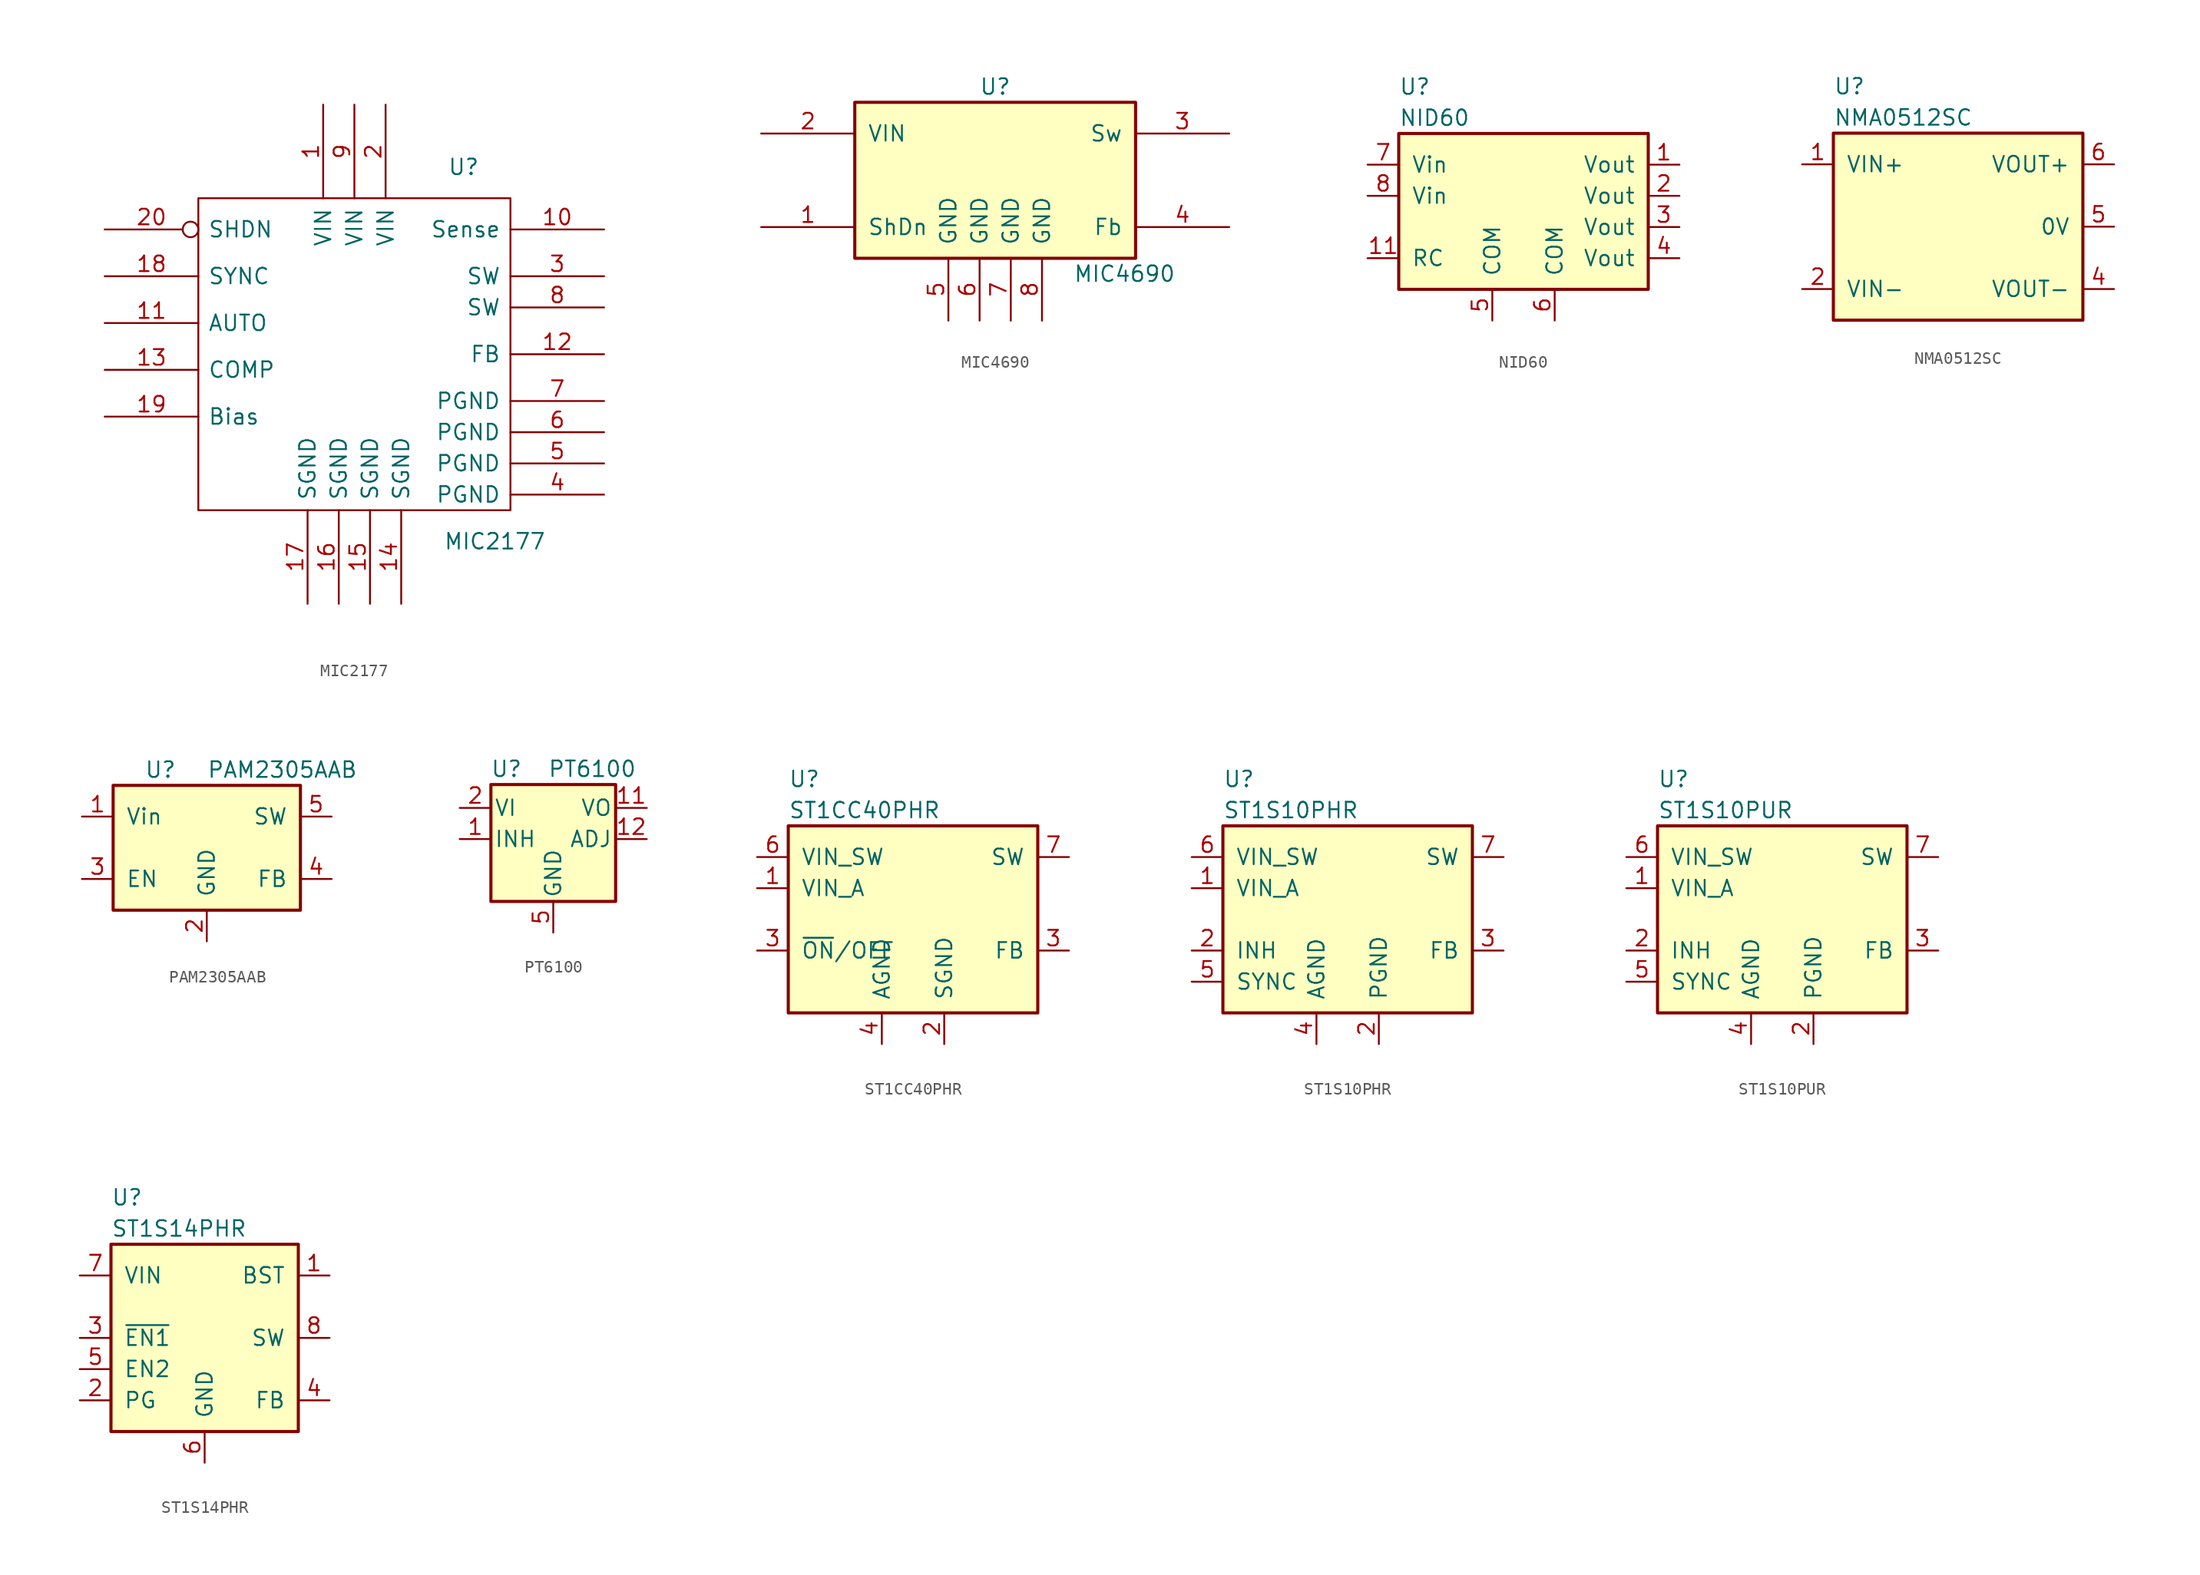
<source format=kicad_sym>
(kicad_symbol_lib
  (version 20211014)
  (generator kicad_symbol_editor)
  (symbol "MIC2177"
    (pin_names
      (offset 0.762))
    (property "Reference" "U"
      (at 8.89 15.24 0)
      (effects (font (size 1.27 1.27))))
    (property "Value" "MIC2177"
      (at 11.43 -15.24 0)
      (effects (font (size 1.27 1.27))))
    (symbol "MIC2177_0_1"
      (rectangle (start -12.7 12.7) (end 12.7 -12.7) (stroke (width 0) (type default) (color 0 0 0 0)) (fill (type none))))
    (symbol "MIC2177_1_1"
      (pin input line (at -2.54 20.32 270) (length 7.62) (name "VIN" (effects (font (size 1.27 1.27)))) (number "1" (effects (font (size 1.27 1.27)))))
      (pin input line (at 20.32 10.16 180) (length 7.62) (name "Sense" (effects (font (size 1.27 1.27)))) (number "10" (effects (font (size 1.27 1.27)))))
      (pin input line (at -20.32 2.54 0) (length 7.62) (name "AUTO" (effects (font (size 1.27 1.27)))) (number "11" (effects (font (size 1.27 1.27)))))
      (pin input line (at 20.32 0 180) (length 7.62) (name "FB" (effects (font (size 1.27 1.27)))) (number "12" (effects (font (size 1.27 1.27)))))
      (pin input line (at -20.32 -1.27 0) (length 7.62) (name "COMP" (effects (font (size 1.27 1.27)))) (number "13" (effects (font (size 1.27 1.27)))))
      (pin power_in line (at 3.81 -20.32 90) (length 7.62) (name "SGND" (effects (font (size 1.27 1.27)))) (number "14" (effects (font (size 1.27 1.27)))))
      (pin power_in line (at 1.27 -20.32 90) (length 7.62) (name "SGND" (effects (font (size 1.27 1.27)))) (number "15" (effects (font (size 1.27 1.27)))))
      (pin power_in line (at -1.27 -20.32 90) (length 7.62) (name "SGND" (effects (font (size 1.27 1.27)))) (number "16" (effects (font (size 1.27 1.27)))))
      (pin power_in line (at -3.81 -20.32 90) (length 7.62) (name "SGND" (effects (font (size 1.27 1.27)))) (number "17" (effects (font (size 1.27 1.27)))))
      (pin input line (at -20.32 6.35 0) (length 7.62) (name "SYNC" (effects (font (size 1.27 1.27)))) (number "18" (effects (font (size 1.27 1.27)))))
      (pin input line (at -20.32 -5.08 0) (length 7.62) (name "Bias" (effects (font (size 1.27 1.27)))) (number "19" (effects (font (size 1.27 1.27)))))
      (pin input line (at 2.54 20.32 270) (length 7.62) (name "VIN" (effects (font (size 1.27 1.27)))) (number "2" (effects (font (size 1.27 1.27)))))
      (pin input inverted (at -20.32 10.16 0) (length 7.62) (name "SHDN" (effects (font (size 1.27 1.27)))) (number "20" (effects (font (size 1.27 1.27)))))
      (pin output line (at 20.32 6.35 180) (length 7.62) (name "SW" (effects (font (size 1.27 1.27)))) (number "3" (effects (font (size 1.27 1.27)))))
      (pin power_in line (at 20.32 -11.43 180) (length 7.62) (name "PGND" (effects (font (size 1.27 1.27)))) (number "4" (effects (font (size 1.27 1.27)))))
      (pin power_in line (at 20.32 -8.89 180) (length 7.62) (name "PGND" (effects (font (size 1.27 1.27)))) (number "5" (effects (font (size 1.27 1.27)))))
      (pin power_in line (at 20.32 -6.35 180) (length 7.62) (name "PGND" (effects (font (size 1.27 1.27)))) (number "6" (effects (font (size 1.27 1.27)))))
      (pin power_in line (at 20.32 -3.81 180) (length 7.62) (name "PGND" (effects (font (size 1.27 1.27)))) (number "7" (effects (font (size 1.27 1.27)))))
      (pin passive line (at 20.32 3.81 180) (length 7.62) (name "SW" (effects (font (size 1.27 1.27)))) (number "8" (effects (font (size 1.27 1.27)))))
      (pin input line (at 0 20.32 270) (length 7.62) (name "VIN" (effects (font (size 1.27 1.27)))) (number "9" (effects (font (size 1.27 1.27)))))))
  (symbol "MIC4690"
    (pin_names
      (offset 1.016))
    (property "Reference" "U"
      (at 1.27 6.35 0)
      (effects (font (size 1.27 1.27))))
    (property "Value" "MIC4690"
      (at 7.62 -8.89 0)
      (effects (font (size 1.27 1.27)) (justify left)))
    (symbol "MIC4690_0_1"
      (rectangle (start -10.16 5.08) (end 12.7 -7.62) (stroke (width 0.254) (type default) (color 0 0 0 0)) (fill (type background))))
    (symbol "MIC4690_1_1"
      (pin input line (at -17.78 -5.08 0) (length 7.62) (name "ShDn" (effects (font (size 1.27 1.27)))) (number "1" (effects (font (size 1.27 1.27)))))
      (pin power_in line (at -17.78 2.54 0) (length 7.62) (name "VIN" (effects (font (size 1.27 1.27)))) (number "2" (effects (font (size 1.27 1.27)))))
      (pin power_out line (at 20.32 2.54 180) (length 7.62) (name "Sw" (effects (font (size 1.27 1.27)))) (number "3" (effects (font (size 1.27 1.27)))))
      (pin input line (at 20.32 -5.08 180) (length 7.62) (name "Fb" (effects (font (size 1.27 1.27)))) (number "4" (effects (font (size 1.27 1.27)))))
      (pin power_in line (at -2.54 -12.7 90) (length 5.08) (name "GND" (effects (font (size 1.27 1.27)))) (number "5" (effects (font (size 1.27 1.27)))))
      (pin power_in line (at 0 -12.7 90) (length 5.08) (name "GND" (effects (font (size 1.27 1.27)))) (number "6" (effects (font (size 1.27 1.27)))))
      (pin power_in line (at 2.54 -12.7 90) (length 5.08) (name "GND" (effects (font (size 1.27 1.27)))) (number "7" (effects (font (size 1.27 1.27)))))
      (pin power_in line (at 5.08 -12.7 90) (length 5.08) (name "GND" (effects (font (size 1.27 1.27)))) (number "8" (effects (font (size 1.27 1.27)))))))
  (symbol "NID60"
    (pin_names
      (offset 1.016))
    (property "Reference" "U"
      (at -10.16 11.43 0)
      (effects (font (size 1.27 1.27)) (justify left)))
    (property "Value" "NID60"
      (at -10.16 8.89 0)
      (effects (font (size 1.27 1.27)) (justify left)))
    (symbol "NID60_0_1"
      (rectangle (start -10.16 7.62) (end 10.16 -5.08) (stroke (width 0.254) (type default) (color 0 0 0 0)) (fill (type background))))
    (symbol "NID60_1_1"
      (pin power_out line (at 12.7 5.08 180) (length 2.54) (name "Vout" (effects (font (size 1.27 1.27)))) (number "1" (effects (font (size 1.27 1.27)))))
      (pin input line (at -12.7 -2.54 0) (length 2.54) (name "RC" (effects (font (size 1.27 1.27)))) (number "11" (effects (font (size 1.27 1.27)))))
      (pin passive line (at 12.7 2.54 180) (length 2.54) (name "Vout" (effects (font (size 1.27 1.27)))) (number "2" (effects (font (size 1.27 1.27)))))
      (pin passive line (at 12.7 0 180) (length 2.54) (name "Vout" (effects (font (size 1.27 1.27)))) (number "3" (effects (font (size 1.27 1.27)))))
      (pin passive line (at 12.7 -2.54 180) (length 2.54) (name "Vout" (effects (font (size 1.27 1.27)))) (number "4" (effects (font (size 1.27 1.27)))))
      (pin power_in line (at -2.54 -7.62 90) (length 2.54) (name "COM" (effects (font (size 1.27 1.27)))) (number "5" (effects (font (size 1.27 1.27)))))
      (pin power_in line (at 2.54 -7.62 90) (length 2.54) (name "COM" (effects (font (size 1.27 1.27)))) (number "6" (effects (font (size 1.27 1.27)))))
      (pin power_in line (at -12.7 5.08 0) (length 2.54) (name "Vin" (effects (font (size 1.27 1.27)))) (number "7" (effects (font (size 1.27 1.27)))))
      (pin power_in line (at -12.7 2.54 0) (length 2.54) (name "Vin" (effects (font (size 1.27 1.27)))) (number "8" (effects (font (size 1.27 1.27)))))))
  (symbol "NMA0512SC"
    (pin_names
      (offset 1.016))
    (property "Reference" "U"
      (at -10.16 11.43 0)
      (effects (font (size 1.27 1.27)) (justify left)))
    (property "Value" "NMA0512SC"
      (at -10.16 8.89 0)
      (effects (font (size 1.27 1.27)) (justify left)))
    (symbol "NMA0512SC_0_1"
      (rectangle (start -10.16 7.62) (end 10.16 -7.62) (stroke (width 0.254) (type default) (color 0 0 0 0)) (fill (type background))))
    (symbol "NMA0512SC_1_1"
      (pin power_in line (at -12.7 5.08 0) (length 2.54) (name "VIN+" (effects (font (size 1.27 1.27)))) (number "1" (effects (font (size 1.27 1.27)))))
      (pin power_in line (at -12.7 -5.08 0) (length 2.54) (name "VIN-" (effects (font (size 1.27 1.27)))) (number "2" (effects (font (size 1.27 1.27)))))
      (pin power_out line (at 12.7 -5.08 180) (length 2.54) (name "VOUT-" (effects (font (size 1.27 1.27)))) (number "4" (effects (font (size 1.27 1.27)))))
      (pin power_out line (at 12.7 0 180) (length 2.54) (name "0V" (effects (font (size 1.27 1.27)))) (number "5" (effects (font (size 1.27 1.27)))))
      (pin power_out line (at 12.7 5.08 180) (length 2.54) (name "VOUT+" (effects (font (size 1.27 1.27)))) (number "6" (effects (font (size 1.27 1.27)))))))
  (symbol "PAM2305AAB"
    (pin_names
      (offset 1.016))
    (property "Reference" "U"
      (at -5.08 6.35 0)
      (effects (font (size 1.27 1.27)) (justify left)))
    (property "Value" "PAM2305AAB"
      (at 0 6.35 0)
      (effects (font (size 1.27 1.27)) (justify left)))
    (symbol "PAM2305AAB_0_1"
      (rectangle (start -7.62 5.08) (end 7.62 -5.08) (stroke (width 0.254) (type default) (color 0 0 0 0)) (fill (type background))))
    (symbol "PAM2305AAB_1_1"
      (pin power_in line (at -10.16 2.54 0) (length 2.54) (name "Vin" (effects (font (size 1.27 1.27)))) (number "1" (effects (font (size 1.27 1.27)))))
      (pin power_in line (at 0 -7.62 90) (length 2.54) (name "GND" (effects (font (size 1.27 1.27)))) (number "2" (effects (font (size 1.27 1.27)))))
      (pin input line (at -10.16 -2.54 0) (length 2.54) (name "EN" (effects (font (size 1.27 1.27)))) (number "3" (effects (font (size 1.27 1.27)))))
      (pin input line (at 10.16 -2.54 180) (length 2.54) (name "FB" (effects (font (size 1.27 1.27)))) (number "4" (effects (font (size 1.27 1.27)))))
      (pin output line (at 10.16 2.54 180) (length 2.54) (name "SW" (effects (font (size 1.27 1.27)))) (number "5" (effects (font (size 1.27 1.27)))))))
  (symbol "PT6100"
    (pin_names
      (offset 0.254))
    (property "Reference" "U"
      (at -3.81 5.715 0)
      (effects (font (size 1.27 1.27))))
    (property "Value" "PT6100"
      (at 3.175 5.715 0)
      (effects (font (size 1.27 1.27))))
    (symbol "PT6100_0_1"
      (rectangle (start -5.08 4.445) (end 5.08 -5.08) (stroke (width 0.254) (type default) (color 0 0 0 0)) (fill (type background))))
    (symbol "PT6100_1_1"
      (pin input line (at -7.62 0 0) (length 2.54) (name "INH" (effects (font (size 1.27 1.27)))) (number "1" (effects (font (size 1.27 1.27)))))
      (pin passive line (at 7.62 2.54 180) (length 2.54) hide (name "VO" (effects (font (size 1.27 1.27)))) (number "10" (effects (font (size 1.27 1.27)))))
      (pin power_out line (at 7.62 2.54 180) (length 2.54) (name "VO" (effects (font (size 1.27 1.27)))) (number "11" (effects (font (size 1.27 1.27)))))
      (pin input line (at 7.62 0 180) (length 2.54) (name "ADJ" (effects (font (size 1.27 1.27)))) (number "12" (effects (font (size 1.27 1.27)))))
      (pin power_in line (at -7.62 2.54 0) (length 2.54) (name "VI" (effects (font (size 1.27 1.27)))) (number "2" (effects (font (size 1.27 1.27)))))
      (pin passive line (at -7.62 2.54 0) (length 2.54) hide (name "VI" (effects (font (size 1.27 1.27)))) (number "3" (effects (font (size 1.27 1.27)))))
      (pin passive line (at -7.62 2.54 0) (length 2.54) hide (name "VI" (effects (font (size 1.27 1.27)))) (number "4" (effects (font (size 1.27 1.27)))))
      (pin power_in line (at 0 -7.62 90) (length 2.54) (name "GND" (effects (font (size 1.27 1.27)))) (number "5" (effects (font (size 1.27 1.27)))))
      (pin passive line (at 0 -7.62 90) (length 2.54) hide (name "GND" (effects (font (size 1.27 1.27)))) (number "6" (effects (font (size 1.27 1.27)))))
      (pin passive line (at 0 -7.62 90) (length 2.54) hide (name "GND" (effects (font (size 1.27 1.27)))) (number "7" (effects (font (size 1.27 1.27)))))
      (pin passive line (at 0 -7.62 90) (length 2.54) hide (name "GND" (effects (font (size 1.27 1.27)))) (number "8" (effects (font (size 1.27 1.27)))))
      (pin passive line (at 7.62 2.54 180) (length 2.54) hide (name "VO" (effects (font (size 1.27 1.27)))) (number "9" (effects (font (size 1.27 1.27)))))))
  (symbol "ST1CC40PHR"
    (pin_names
      (offset 1.016))
    (property "Reference" "U"
      (at -10.16 11.43 0)
      (effects (font (size 1.27 1.27)) (justify left)))
    (property "Value" "ST1CC40PHR"
      (at -10.16 8.89 0)
      (effects (font (size 1.27 1.27)) (justify left)))
    (symbol "ST1CC40PHR_0_1"
      (rectangle (start 10.16 7.62) (end -10.16 -7.62) (stroke (width 0.254) (type default) (color 0 0 0 0)) (fill (type background))))
    (symbol "ST1CC40PHR_1_1"
      (pin input line (at -12.7 2.54 0) (length 2.54) (name "VIN_A" (effects (font (size 1.27 1.27)))) (number "1" (effects (font (size 1.27 1.27)))))
      (pin power_out line (at 2.54 -10.16 90) (length 2.54) (name "SGND" (effects (font (size 1.27 1.27)))) (number "2" (effects (font (size 1.27 1.27)))))
      (pin input line (at 12.7 -2.54 180) (length 2.54) (name "FB" (effects (font (size 1.27 1.27)))) (number "3" (effects (font (size 1.27 1.27)))))
      (pin input line (at -12.7 -2.54 0) (length 2.54) (name "~{ON}/OFF" (effects (font (size 1.27 1.27)))) (number "3" (effects (font (size 1.27 1.27)))))
      (pin power_in line (at -2.54 -10.16 90) (length 2.54) (name "AGND" (effects (font (size 1.27 1.27)))) (number "4" (effects (font (size 1.27 1.27)))))
      (pin input line (at -12.7 5.08 0) (length 2.54) (name "VIN_SW" (effects (font (size 1.27 1.27)))) (number "6" (effects (font (size 1.27 1.27)))))
      (pin output line (at 12.7 5.08 180) (length 2.54) (name "SW" (effects (font (size 1.27 1.27)))) (number "7" (effects (font (size 1.27 1.27)))))))
  (symbol "ST1S10PHR"
    (pin_names
      (offset 1.016))
    (property "Reference" "U"
      (at -10.16 11.43 0)
      (effects (font (size 1.27 1.27)) (justify left)))
    (property "Value" "ST1S10PHR"
      (at -10.16 8.89 0)
      (effects (font (size 1.27 1.27)) (justify left)))
    (symbol "ST1S10PHR_0_1"
      (rectangle (start 10.16 7.62) (end -10.16 -7.62) (stroke (width 0.254) (type default) (color 0 0 0 0)) (fill (type background))))
    (symbol "ST1S10PHR_1_1"
      (pin input line (at -12.7 2.54 0) (length 2.54) (name "VIN_A" (effects (font (size 1.27 1.27)))) (number "1" (effects (font (size 1.27 1.27)))))
      (pin input line (at -12.7 -2.54 0) (length 2.54) (name "INH" (effects (font (size 1.27 1.27)))) (number "2" (effects (font (size 1.27 1.27)))))
      (pin power_out line (at 2.54 -10.16 90) (length 2.54) (name "PGND" (effects (font (size 1.27 1.27)))) (number "2" (effects (font (size 1.27 1.27)))))
      (pin input line (at 12.7 -2.54 180) (length 2.54) (name "FB" (effects (font (size 1.27 1.27)))) (number "3" (effects (font (size 1.27 1.27)))))
      (pin power_in line (at -2.54 -10.16 90) (length 2.54) (name "AGND" (effects (font (size 1.27 1.27)))) (number "4" (effects (font (size 1.27 1.27)))))
      (pin bidirectional line (at -12.7 -5.08 0) (length 2.54) (name "SYNC" (effects (font (size 1.27 1.27)))) (number "5" (effects (font (size 1.27 1.27)))))
      (pin input line (at -12.7 5.08 0) (length 2.54) (name "VIN_SW" (effects (font (size 1.27 1.27)))) (number "6" (effects (font (size 1.27 1.27)))))
      (pin output line (at 12.7 5.08 180) (length 2.54) (name "SW" (effects (font (size 1.27 1.27)))) (number "7" (effects (font (size 1.27 1.27)))))))
  (symbol "ST1S10PUR"
    (pin_names
      (offset 1.016))
    (property "Reference" "U"
      (at -10.16 11.43 0)
      (effects (font (size 1.27 1.27)) (justify left)))
    (property "Value" "ST1S10PUR"
      (at -10.16 8.89 0)
      (effects (font (size 1.27 1.27)) (justify left)))
    (symbol "ST1S10PUR_0_1"
      (rectangle (start 10.16 7.62) (end -10.16 -7.62) (stroke (width 0.254) (type default) (color 0 0 0 0)) (fill (type background))))
    (symbol "ST1S10PUR_1_1"
      (pin input line (at -12.7 2.54 0) (length 2.54) (name "VIN_A" (effects (font (size 1.27 1.27)))) (number "1" (effects (font (size 1.27 1.27)))))
      (pin input line (at -12.7 -2.54 0) (length 2.54) (name "INH" (effects (font (size 1.27 1.27)))) (number "2" (effects (font (size 1.27 1.27)))))
      (pin power_out line (at 2.54 -10.16 90) (length 2.54) (name "PGND" (effects (font (size 1.27 1.27)))) (number "2" (effects (font (size 1.27 1.27)))))
      (pin input line (at 12.7 -2.54 180) (length 2.54) (name "FB" (effects (font (size 1.27 1.27)))) (number "3" (effects (font (size 1.27 1.27)))))
      (pin power_in line (at -2.54 -10.16 90) (length 2.54) (name "AGND" (effects (font (size 1.27 1.27)))) (number "4" (effects (font (size 1.27 1.27)))))
      (pin bidirectional line (at -12.7 -5.08 0) (length 2.54) (name "SYNC" (effects (font (size 1.27 1.27)))) (number "5" (effects (font (size 1.27 1.27)))))
      (pin input line (at -12.7 5.08 0) (length 2.54) (name "VIN_SW" (effects (font (size 1.27 1.27)))) (number "6" (effects (font (size 1.27 1.27)))))
      (pin output line (at 12.7 5.08 180) (length 2.54) (name "SW" (effects (font (size 1.27 1.27)))) (number "7" (effects (font (size 1.27 1.27)))))))
  (symbol "ST1S14PHR"
    (pin_names
      (offset 1.016))
    (property "Reference" "U"
      (at -7.62 11.43 0)
      (effects (font (size 1.27 1.27)) (justify left)))
    (property "Value" "ST1S14PHR"
      (at -7.62 8.89 0)
      (effects (font (size 1.27 1.27)) (justify left)))
    (symbol "ST1S14PHR_0_1"
      (rectangle (start 7.62 7.62) (end -7.62 -7.62) (stroke (width 0.254) (type default) (color 0 0 0 0)) (fill (type background))))
    (symbol "ST1S14PHR_1_1"
      (pin input line (at 10.16 5.08 180) (length 2.54) (name "BST" (effects (font (size 1.27 1.27)))) (number "1" (effects (font (size 1.27 1.27)))))
      (pin output line (at -10.16 -5.08 0) (length 2.54) (name "PG" (effects (font (size 1.27 1.27)))) (number "2" (effects (font (size 1.27 1.27)))))
      (pin input line (at -10.16 0 0) (length 2.54) (name "~{EN1}" (effects (font (size 1.27 1.27)))) (number "3" (effects (font (size 1.27 1.27)))))
      (pin input line (at 10.16 -5.08 180) (length 2.54) (name "FB" (effects (font (size 1.27 1.27)))) (number "4" (effects (font (size 1.27 1.27)))))
      (pin input line (at -10.16 -2.54 0) (length 2.54) (name "EN2" (effects (font (size 1.27 1.27)))) (number "5" (effects (font (size 1.27 1.27)))))
      (pin power_in line (at 0 -10.16 90) (length 2.54) (name "GND" (effects (font (size 1.27 1.27)))) (number "6" (effects (font (size 1.27 1.27)))))
      (pin input line (at -10.16 5.08 0) (length 2.54) (name "VIN" (effects (font (size 1.27 1.27)))) (number "7" (effects (font (size 1.27 1.27)))))
      (pin output line (at 10.16 0 180) (length 2.54) (name "SW" (effects (font (size 1.27 1.27)))) (number "8" (effects (font (size 1.27 1.27))))))))
</source>
